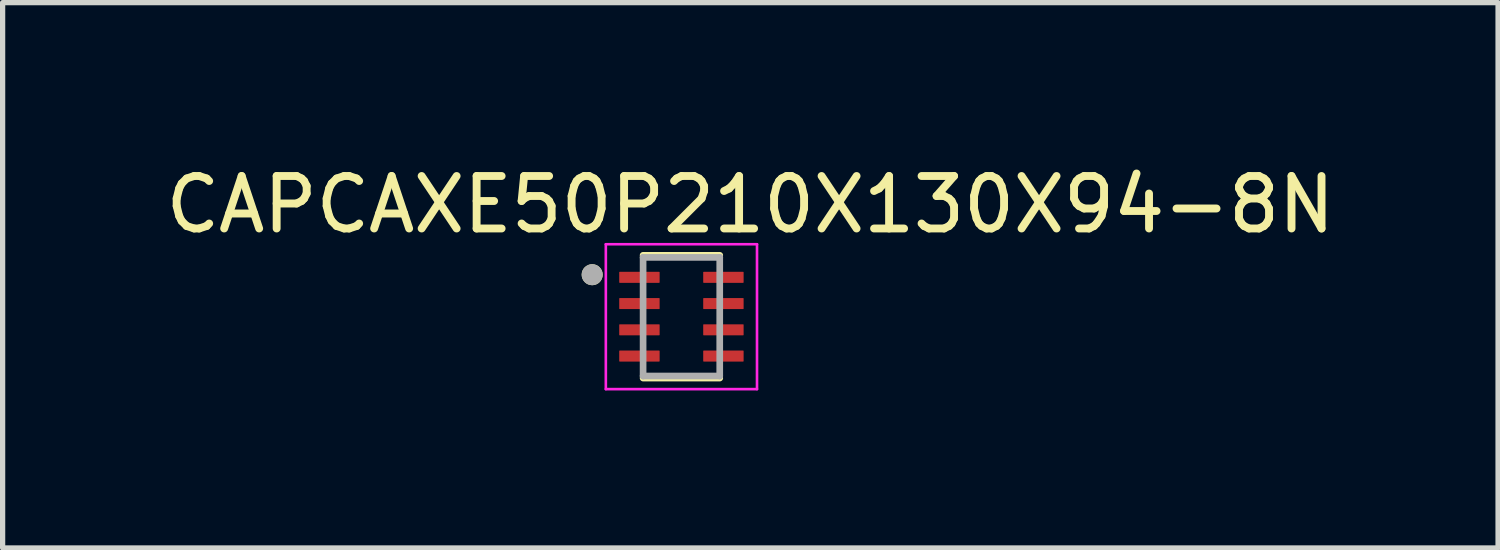
<source format=kicad_pcb>
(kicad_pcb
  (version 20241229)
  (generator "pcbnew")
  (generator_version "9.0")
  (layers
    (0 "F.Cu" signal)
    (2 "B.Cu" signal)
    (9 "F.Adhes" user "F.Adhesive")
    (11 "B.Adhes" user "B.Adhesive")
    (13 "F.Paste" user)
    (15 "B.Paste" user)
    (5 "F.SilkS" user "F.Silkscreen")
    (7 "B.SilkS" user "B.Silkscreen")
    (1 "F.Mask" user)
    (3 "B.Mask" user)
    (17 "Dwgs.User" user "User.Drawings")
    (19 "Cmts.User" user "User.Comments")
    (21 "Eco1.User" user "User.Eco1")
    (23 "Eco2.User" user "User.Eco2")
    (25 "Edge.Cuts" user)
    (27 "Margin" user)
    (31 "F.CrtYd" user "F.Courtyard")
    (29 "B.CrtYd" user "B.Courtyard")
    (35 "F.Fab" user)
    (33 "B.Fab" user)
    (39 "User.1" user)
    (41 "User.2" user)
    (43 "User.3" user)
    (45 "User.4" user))
  (footprint "CAPCAXE50P210X130X94-8N"
    (layer "F.Cu")
    (at 9.931 2.983)
    (property "Reference" "CAPCAXE50P210X130X94-8N" (at 1.313 -2.135 0) (layer "F.SilkS") (effects (font (size 1 1) (thickness 0.15))))
    (attr through_hole)
    (fp_line (start -0.73 -1.169) (end 0.73 -1.169) (stroke (width 0.127) (type solid)) (layer "F.SilkS"))
    (fp_line (start 0.73 1.169) (end -0.73 1.169) (stroke (width 0.127) (type solid)) (layer "F.SilkS"))
    (fp_circle (center -1.7 -0.8) (end -1.6 -0.8) (stroke (width 0.2) (type solid)) (fill no) (layer "F.SilkS"))
    (fp_line (start -1.44 -1.38) (end 1.44 -1.38) (stroke (width 0.05) (type solid)) (layer "F.CrtYd"))
    (fp_line (start -1.44 1.38) (end -1.44 -1.38) (stroke (width 0.05) (type solid)) (layer "F.CrtYd"))
    (fp_line (start 1.44 -1.38) (end 1.44 1.38) (stroke (width 0.05) (type solid)) (layer "F.CrtYd"))
    (fp_line (start 1.44 1.38) (end -1.44 1.38) (stroke (width 0.05) (type solid)) (layer "F.CrtYd"))
    (fp_line (start -0.73 -1.13) (end 0.73 -1.13) (stroke (width 0.127) (type solid)) (layer "F.Fab"))
    (fp_line (start -0.73 1.13) (end -0.73 -1.13) (stroke (width 0.127) (type solid)) (layer "F.Fab"))
    (fp_line (start 0.73 -1.13) (end 0.73 1.13) (stroke (width 0.127) (type solid)) (layer "F.Fab"))
    (fp_line (start 0.73 1.13) (end -0.73 1.13) (stroke (width 0.127) (type solid)) (layer "F.Fab"))
    (fp_circle (center -1.7 -0.8) (end -1.6 -0.8) (stroke (width 0.2) (type solid)) (fill no) (layer "F.Fab"))
    (pad "1" smd roundrect (at -0.8 -0.75) (size 0.77 0.21) (layers "F.Cu" "F.Mask" "F.Paste") (roundrect_rratio 0.05))
    (pad "2" smd roundrect (at -0.8 -0.25) (size 0.77 0.21) (layers "F.Cu" "F.Mask" "F.Paste") (roundrect_rratio 0.05))
    (pad "3" smd roundrect (at -0.8 0.25) (size 0.77 0.21) (layers "F.Cu" "F.Mask" "F.Paste") (roundrect_rratio 0.05))
    (pad "4" smd roundrect (at -0.8 0.75) (size 0.77 0.21) (layers "F.Cu" "F.Mask" "F.Paste") (roundrect_rratio 0.05))
    (pad "5" smd roundrect (at 0.8 0.75 180) (size 0.77 0.21) (layers "F.Cu" "F.Mask" "F.Paste") (roundrect_rratio 0.05))
    (pad "6" smd roundrect (at 0.8 0.25 180) (size 0.77 0.21) (layers "F.Cu" "F.Mask" "F.Paste") (roundrect_rratio 0.05))
    (pad "7" smd roundrect (at 0.8 -0.25 180) (size 0.77 0.21) (layers "F.Cu" "F.Mask" "F.Paste") (roundrect_rratio 0.05))
    (pad "8" smd roundrect (at 0.8 -0.75 180) (size 0.77 0.21) (layers "F.Cu" "F.Mask" "F.Paste") (roundrect_rratio 0.05)))
  (gr_rect
    (start -3 -3)
    (end 25.488 7.388)
    (stroke (width 0.1) (type default))
    (fill no)
    (layer "Edge.Cuts")))
</source>
